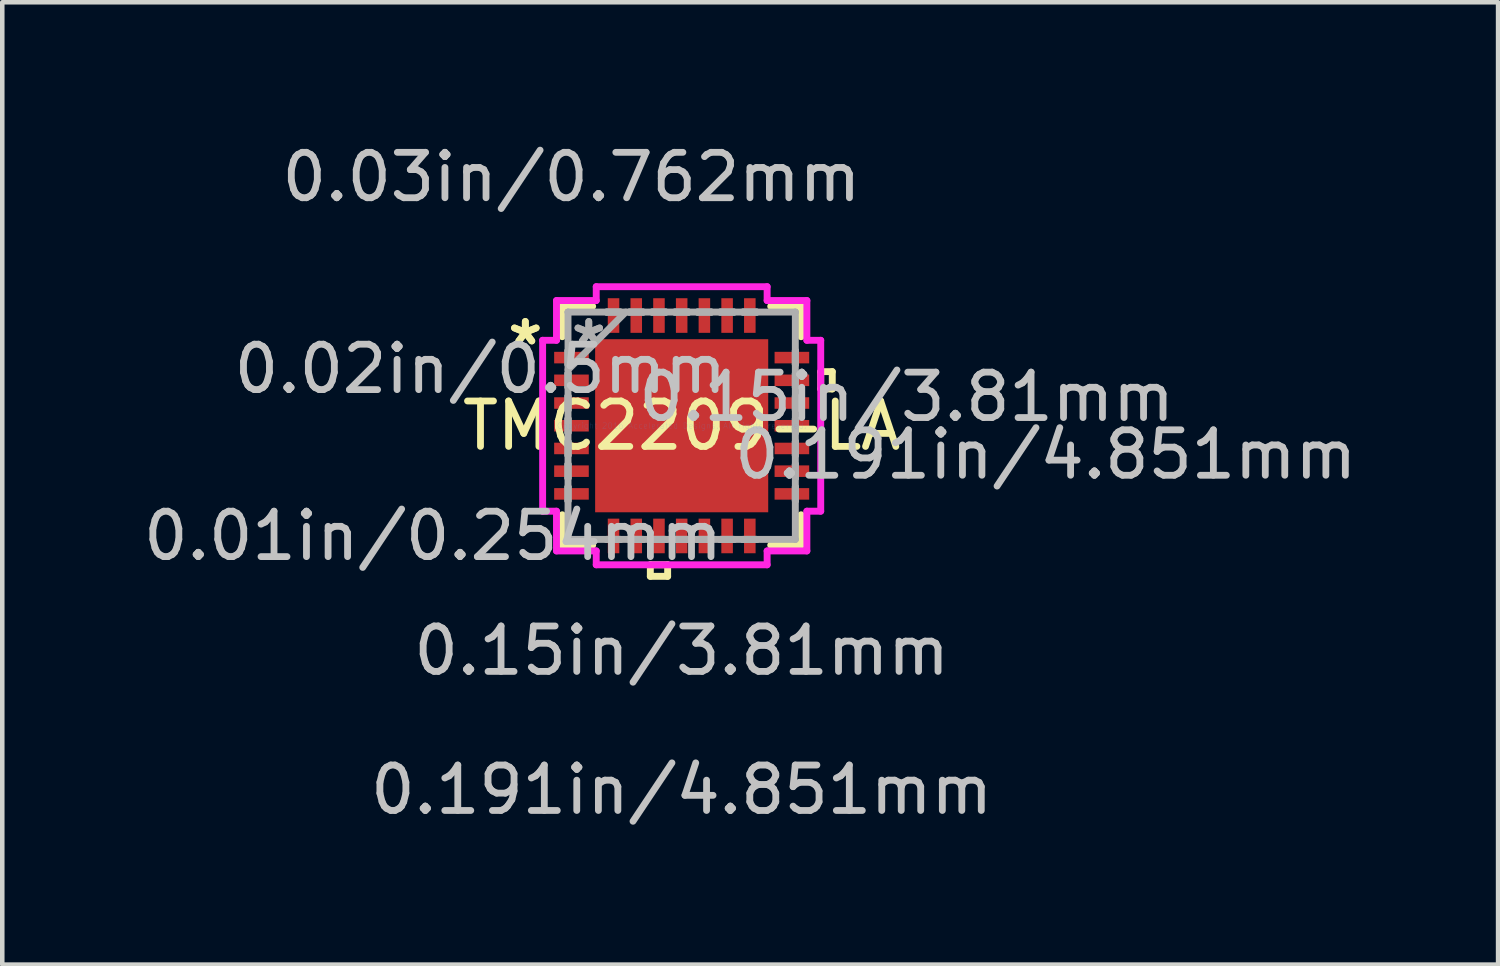
<source format=kicad_pcb>
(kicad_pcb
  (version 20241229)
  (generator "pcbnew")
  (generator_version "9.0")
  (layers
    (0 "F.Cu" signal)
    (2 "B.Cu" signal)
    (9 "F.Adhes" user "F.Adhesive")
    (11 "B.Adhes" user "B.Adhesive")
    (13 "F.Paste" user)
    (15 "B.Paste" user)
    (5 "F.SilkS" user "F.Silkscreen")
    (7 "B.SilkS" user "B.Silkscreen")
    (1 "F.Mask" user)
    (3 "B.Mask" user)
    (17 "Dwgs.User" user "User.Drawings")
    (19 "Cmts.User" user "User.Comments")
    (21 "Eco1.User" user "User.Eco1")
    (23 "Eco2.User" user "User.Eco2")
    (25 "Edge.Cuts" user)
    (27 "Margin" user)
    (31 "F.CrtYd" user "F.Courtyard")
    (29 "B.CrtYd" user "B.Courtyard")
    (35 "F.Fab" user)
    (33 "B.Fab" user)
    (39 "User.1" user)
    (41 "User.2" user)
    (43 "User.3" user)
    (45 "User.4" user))
  (footprint "TMC2209-LA"
    (layer "F.Cu")
    (at 11.956 6.322)
    (property "Reference" "TMC2209-LA" (at 0 0 0) (layer "F.SilkS") (effects (font (size 1 1) (thickness 0.15))))
    (attr through_hole)
    (fp_line (start -2.629 -2.629) (end -2.629 -1.96) (stroke (width 0.152) (type solid)) (layer "F.SilkS"))
    (fp_line (start -2.629 1.96) (end -2.629 2.629) (stroke (width 0.152) (type solid)) (layer "F.SilkS"))
    (fp_line (start -2.629 2.629) (end -1.96 2.629) (stroke (width 0.152) (type solid)) (layer "F.SilkS"))
    (fp_line (start -1.96 -2.629) (end -2.629 -2.629) (stroke (width 0.152) (type solid)) (layer "F.SilkS"))
    (fp_line (start -0.69 3.061) (end -0.69 3.315) (stroke (width 0.152) (type solid)) (layer "F.SilkS"))
    (fp_line (start -0.69 3.315) (end -0.309 3.315) (stroke (width 0.152) (type solid)) (layer "F.SilkS"))
    (fp_line (start -0.309 3.061) (end -0.69 3.061) (stroke (width 0.152) (type solid)) (layer "F.SilkS"))
    (fp_line (start -0.309 3.315) (end -0.309 3.061) (stroke (width 0.152) (type solid)) (layer "F.SilkS"))
    (fp_line (start 1.96 2.629) (end 2.629 2.629) (stroke (width 0.152) (type solid)) (layer "F.SilkS"))
    (fp_line (start 2.629 -2.629) (end 1.96 -2.629) (stroke (width 0.152) (type solid)) (layer "F.SilkS"))
    (fp_line (start 2.629 -1.96) (end 2.629 -2.629) (stroke (width 0.152) (type solid)) (layer "F.SilkS"))
    (fp_line (start 2.629 2.629) (end 2.629 1.96) (stroke (width 0.152) (type solid)) (layer "F.SilkS"))
    (fp_line (start 3.061 -1.191) (end 3.315 -1.191) (stroke (width 0.152) (type solid)) (layer "F.SilkS"))
    (fp_line (start 3.061 -0.81) (end 3.061 -1.191) (stroke (width 0.152) (type solid)) (layer "F.SilkS"))
    (fp_line (start 3.315 -1.191) (end 3.315 -0.81) (stroke (width 0.152) (type solid)) (layer "F.SilkS"))
    (fp_line (start 3.315 -0.81) (end 3.061 -0.81) (stroke (width 0.152) (type solid)) (layer "F.SilkS"))
    (fp_line (start -1.805 -1.805) (end -1.805 -0.735) (stroke (width 0.152) (type solid)) (layer "F.Paste"))
    (fp_line (start -1.805 -0.735) (end -0.735 -0.735) (stroke (width 0.152) (type solid)) (layer "F.Paste"))
    (fp_line (start -1.805 -0.535) (end -1.805 0.535) (stroke (width 0.152) (type solid)) (layer "F.Paste"))
    (fp_line (start -1.805 0.535) (end -0.735 0.535) (stroke (width 0.152) (type solid)) (layer "F.Paste"))
    (fp_line (start -1.805 0.735) (end -1.805 1.805) (stroke (width 0.152) (type solid)) (layer "F.Paste"))
    (fp_line (start -1.805 1.805) (end -0.735 1.805) (stroke (width 0.152) (type solid)) (layer "F.Paste"))
    (fp_line (start -0.735 -1.805) (end -1.805 -1.805) (stroke (width 0.152) (type solid)) (layer "F.Paste"))
    (fp_line (start -0.735 -0.735) (end -0.735 -1.805) (stroke (width 0.152) (type solid)) (layer "F.Paste"))
    (fp_line (start -0.735 -0.535) (end -1.805 -0.535) (stroke (width 0.152) (type solid)) (layer "F.Paste"))
    (fp_line (start -0.735 0.535) (end -0.735 -0.535) (stroke (width 0.152) (type solid)) (layer "F.Paste"))
    (fp_line (start -0.735 0.735) (end -1.805 0.735) (stroke (width 0.152) (type solid)) (layer "F.Paste"))
    (fp_line (start -0.735 1.805) (end -0.735 0.735) (stroke (width 0.152) (type solid)) (layer "F.Paste"))
    (fp_line (start -0.535 -1.805) (end -0.535 -0.735) (stroke (width 0.152) (type solid)) (layer "F.Paste"))
    (fp_line (start -0.535 -0.735) (end 0.535 -0.735) (stroke (width 0.152) (type solid)) (layer "F.Paste"))
    (fp_line (start -0.535 -0.535) (end -0.535 0.535) (stroke (width 0.152) (type solid)) (layer "F.Paste"))
    (fp_line (start -0.535 0.535) (end 0.535 0.535) (stroke (width 0.152) (type solid)) (layer "F.Paste"))
    (fp_line (start -0.535 0.735) (end -0.535 1.805) (stroke (width 0.152) (type solid)) (layer "F.Paste"))
    (fp_line (start -0.535 1.805) (end 0.535 1.805) (stroke (width 0.152) (type solid)) (layer "F.Paste"))
    (fp_line (start 0.535 -1.805) (end -0.535 -1.805) (stroke (width 0.152) (type solid)) (layer "F.Paste"))
    (fp_line (start 0.535 -0.735) (end 0.535 -1.805) (stroke (width 0.152) (type solid)) (layer "F.Paste"))
    (fp_line (start 0.535 -0.535) (end -0.535 -0.535) (stroke (width 0.152) (type solid)) (layer "F.Paste"))
    (fp_line (start 0.535 0.535) (end 0.535 -0.535) (stroke (width 0.152) (type solid)) (layer "F.Paste"))
    (fp_line (start 0.535 0.735) (end -0.535 0.735) (stroke (width 0.152) (type solid)) (layer "F.Paste"))
    (fp_line (start 0.535 1.805) (end 0.535 0.735) (stroke (width 0.152) (type solid)) (layer "F.Paste"))
    (fp_line (start 0.735 -1.805) (end 0.735 -0.735) (stroke (width 0.152) (type solid)) (layer "F.Paste"))
    (fp_line (start 0.735 -0.735) (end 1.805 -0.735) (stroke (width 0.152) (type solid)) (layer "F.Paste"))
    (fp_line (start 0.735 -0.535) (end 0.735 0.535) (stroke (width 0.152) (type solid)) (layer "F.Paste"))
    (fp_line (start 0.735 0.535) (end 1.805 0.535) (stroke (width 0.152) (type solid)) (layer "F.Paste"))
    (fp_line (start 0.735 0.735) (end 0.735 1.805) (stroke (width 0.152) (type solid)) (layer "F.Paste"))
    (fp_line (start 0.735 1.805) (end 1.805 1.805) (stroke (width 0.152) (type solid)) (layer "F.Paste"))
    (fp_line (start 1.805 -1.805) (end 0.735 -1.805) (stroke (width 0.152) (type solid)) (layer "F.Paste"))
    (fp_line (start 1.805 -0.735) (end 1.805 -1.805) (stroke (width 0.152) (type solid)) (layer "F.Paste"))
    (fp_line (start 1.805 -0.535) (end 0.735 -0.535) (stroke (width 0.152) (type solid)) (layer "F.Paste"))
    (fp_line (start 1.805 0.535) (end 1.805 -0.535) (stroke (width 0.152) (type solid)) (layer "F.Paste"))
    (fp_line (start 1.805 0.735) (end 0.735 0.735) (stroke (width 0.152) (type solid)) (layer "F.Paste"))
    (fp_line (start 1.805 1.805) (end 1.805 0.735) (stroke (width 0.152) (type solid)) (layer "F.Paste"))
    (fp_line (start -3.061 -1.881) (end -2.756 -1.881) (stroke (width 0.152) (type solid)) (layer "F.CrtYd"))
    (fp_line (start -3.061 1.881) (end -3.061 -1.881) (stroke (width 0.152) (type solid)) (layer "F.CrtYd"))
    (fp_line (start -2.756 -2.756) (end -1.881 -2.756) (stroke (width 0.152) (type solid)) (layer "F.CrtYd"))
    (fp_line (start -2.756 -1.881) (end -2.756 -2.756) (stroke (width 0.152) (type solid)) (layer "F.CrtYd"))
    (fp_line (start -2.756 1.881) (end -3.061 1.881) (stroke (width 0.152) (type solid)) (layer "F.CrtYd"))
    (fp_line (start -2.756 2.756) (end -2.756 1.881) (stroke (width 0.152) (type solid)) (layer "F.CrtYd"))
    (fp_line (start -1.881 -3.061) (end 1.881 -3.061) (stroke (width 0.152) (type solid)) (layer "F.CrtYd"))
    (fp_line (start -1.881 -2.756) (end -1.881 -3.061) (stroke (width 0.152) (type solid)) (layer "F.CrtYd"))
    (fp_line (start -1.881 2.756) (end -2.756 2.756) (stroke (width 0.152) (type solid)) (layer "F.CrtYd"))
    (fp_line (start -1.881 3.061) (end -1.881 2.756) (stroke (width 0.152) (type solid)) (layer "F.CrtYd"))
    (fp_line (start 1.881 -3.061) (end 1.881 -2.756) (stroke (width 0.152) (type solid)) (layer "F.CrtYd"))
    (fp_line (start 1.881 -2.756) (end 2.756 -2.756) (stroke (width 0.152) (type solid)) (layer "F.CrtYd"))
    (fp_line (start 1.881 2.756) (end 1.881 3.061) (stroke (width 0.152) (type solid)) (layer "F.CrtYd"))
    (fp_line (start 1.881 3.061) (end -1.881 3.061) (stroke (width 0.152) (type solid)) (layer "F.CrtYd"))
    (fp_line (start 2.756 -2.756) (end 2.756 -1.881) (stroke (width 0.152) (type solid)) (layer "F.CrtYd"))
    (fp_line (start 2.756 -1.881) (end 3.061 -1.881) (stroke (width 0.152) (type solid)) (layer "F.CrtYd"))
    (fp_line (start 2.756 1.881) (end 2.756 2.756) (stroke (width 0.152) (type solid)) (layer "F.CrtYd"))
    (fp_line (start 2.756 2.756) (end 1.881 2.756) (stroke (width 0.152) (type solid)) (layer "F.CrtYd"))
    (fp_line (start 3.061 -1.881) (end 3.061 1.881) (stroke (width 0.152) (type solid)) (layer "F.CrtYd"))
    (fp_line (start 3.061 1.881) (end 2.756 1.881) (stroke (width 0.152) (type solid)) (layer "F.CrtYd"))
    (fp_line (start -2.502 -2.502) (end -2.502 -2.502) (stroke (width 0.152) (type solid)) (layer "F.Fab"))
    (fp_line (start -2.502 -2.502) (end -2.502 2.502) (stroke (width 0.152) (type solid)) (layer "F.Fab"))
    (fp_line (start -2.502 -1.652) (end -2.502 -1.652) (stroke (width 0.152) (type solid)) (layer "F.Fab"))
    (fp_line (start -2.502 -1.652) (end -2.502 -1.348) (stroke (width 0.152) (type solid)) (layer "F.Fab"))
    (fp_line (start -2.502 -1.348) (end -2.502 -1.652) (stroke (width 0.152) (type solid)) (layer "F.Fab"))
    (fp_line (start -2.502 -1.348) (end -2.502 -1.348) (stroke (width 0.152) (type solid)) (layer "F.Fab"))
    (fp_line (start -2.502 -1.232) (end -1.232 -2.502) (stroke (width 0.152) (type solid)) (layer "F.Fab"))
    (fp_line (start -2.502 -1.152) (end -2.502 -1.152) (stroke (width 0.152) (type solid)) (layer "F.Fab"))
    (fp_line (start -2.502 -1.152) (end -2.502 -0.848) (stroke (width 0.152) (type solid)) (layer "F.Fab"))
    (fp_line (start -2.502 -0.848) (end -2.502 -1.152) (stroke (width 0.152) (type solid)) (layer "F.Fab"))
    (fp_line (start -2.502 -0.848) (end -2.502 -0.848) (stroke (width 0.152) (type solid)) (layer "F.Fab"))
    (fp_line (start -2.502 -0.652) (end -2.502 -0.652) (stroke (width 0.152) (type solid)) (layer "F.Fab"))
    (fp_line (start -2.502 -0.652) (end -2.502 -0.348) (stroke (width 0.152) (type solid)) (layer "F.Fab"))
    (fp_line (start -2.502 -0.348) (end -2.502 -0.652) (stroke (width 0.152) (type solid)) (layer "F.Fab"))
    (fp_line (start -2.502 -0.348) (end -2.502 -0.348) (stroke (width 0.152) (type solid)) (layer "F.Fab"))
    (fp_line (start -2.502 -0.152) (end -2.502 -0.152) (stroke (width 0.152) (type solid)) (layer "F.Fab"))
    (fp_line (start -2.502 -0.152) (end -2.502 0.152) (stroke (width 0.152) (type solid)) (layer "F.Fab"))
    (fp_line (start -2.502 0.152) (end -2.502 -0.152) (stroke (width 0.152) (type solid)) (layer "F.Fab"))
    (fp_line (start -2.502 0.152) (end -2.502 0.152) (stroke (width 0.152) (type solid)) (layer "F.Fab"))
    (fp_line (start -2.502 0.348) (end -2.502 0.348) (stroke (width 0.152) (type solid)) (layer "F.Fab"))
    (fp_line (start -2.502 0.348) (end -2.502 0.652) (stroke (width 0.152) (type solid)) (layer "F.Fab"))
    (fp_line (start -2.502 0.652) (end -2.502 0.348) (stroke (width 0.152) (type solid)) (layer "F.Fab"))
    (fp_line (start -2.502 0.652) (end -2.502 0.652) (stroke (width 0.152) (type solid)) (layer "F.Fab"))
    (fp_line (start -2.502 0.848) (end -2.502 0.848) (stroke (width 0.152) (type solid)) (layer "F.Fab"))
    (fp_line (start -2.502 0.848) (end -2.502 1.152) (stroke (width 0.152) (type solid)) (layer "F.Fab"))
    (fp_line (start -2.502 1.152) (end -2.502 0.848) (stroke (width 0.152) (type solid)) (layer "F.Fab"))
    (fp_line (start -2.502 1.152) (end -2.502 1.152) (stroke (width 0.152) (type solid)) (layer "F.Fab"))
    (fp_line (start -2.502 1.348) (end -2.502 1.348) (stroke (width 0.152) (type solid)) (layer "F.Fab"))
    (fp_line (start -2.502 1.348) (end -2.502 1.652) (stroke (width 0.152) (type solid)) (layer "F.Fab"))
    (fp_line (start -2.502 1.652) (end -2.502 1.348) (stroke (width 0.152) (type solid)) (layer "F.Fab"))
    (fp_line (start -2.502 1.652) (end -2.502 1.652) (stroke (width 0.152) (type solid)) (layer "F.Fab"))
    (fp_line (start -2.502 2.502) (end -2.502 2.502) (stroke (width 0.152) (type solid)) (layer "F.Fab"))
    (fp_line (start -2.502 2.502) (end 2.502 2.502) (stroke (width 0.152) (type solid)) (layer "F.Fab"))
    (fp_line (start -1.652 -2.502) (end -1.652 -2.502) (stroke (width 0.152) (type solid)) (layer "F.Fab"))
    (fp_line (start -1.652 -2.502) (end -1.348 -2.502) (stroke (width 0.152) (type solid)) (layer "F.Fab"))
    (fp_line (start -1.652 2.502) (end -1.652 2.502) (stroke (width 0.152) (type solid)) (layer "F.Fab"))
    (fp_line (start -1.652 2.502) (end -1.348 2.502) (stroke (width 0.152) (type solid)) (layer "F.Fab"))
    (fp_line (start -1.348 -2.502) (end -1.652 -2.502) (stroke (width 0.152) (type solid)) (layer "F.Fab"))
    (fp_line (start -1.348 -2.502) (end -1.348 -2.502) (stroke (width 0.152) (type solid)) (layer "F.Fab"))
    (fp_line (start -1.348 2.502) (end -1.652 2.502) (stroke (width 0.152) (type solid)) (layer "F.Fab"))
    (fp_line (start -1.348 2.502) (end -1.348 2.502) (stroke (width 0.152) (type solid)) (layer "F.Fab"))
    (fp_line (start -1.152 -2.502) (end -1.152 -2.502) (stroke (width 0.152) (type solid)) (layer "F.Fab"))
    (fp_line (start -1.152 -2.502) (end -0.848 -2.502) (stroke (width 0.152) (type solid)) (layer "F.Fab"))
    (fp_line (start -1.152 2.502) (end -1.152 2.502) (stroke (width 0.152) (type solid)) (layer "F.Fab"))
    (fp_line (start -1.152 2.502) (end -0.848 2.502) (stroke (width 0.152) (type solid)) (layer "F.Fab"))
    (fp_line (start -0.848 -2.502) (end -1.152 -2.502) (stroke (width 0.152) (type solid)) (layer "F.Fab"))
    (fp_line (start -0.848 -2.502) (end -0.848 -2.502) (stroke (width 0.152) (type solid)) (layer "F.Fab"))
    (fp_line (start -0.848 2.502) (end -1.152 2.502) (stroke (width 0.152) (type solid)) (layer "F.Fab"))
    (fp_line (start -0.848 2.502) (end -0.848 2.502) (stroke (width 0.152) (type solid)) (layer "F.Fab"))
    (fp_line (start -0.652 -2.502) (end -0.652 -2.502) (stroke (width 0.152) (type solid)) (layer "F.Fab"))
    (fp_line (start -0.652 -2.502) (end -0.348 -2.502) (stroke (width 0.152) (type solid)) (layer "F.Fab"))
    (fp_line (start -0.652 2.502) (end -0.652 2.502) (stroke (width 0.152) (type solid)) (layer "F.Fab"))
    (fp_line (start -0.652 2.502) (end -0.348 2.502) (stroke (width 0.152) (type solid)) (layer "F.Fab"))
    (fp_line (start -0.348 -2.502) (end -0.652 -2.502) (stroke (width 0.152) (type solid)) (layer "F.Fab"))
    (fp_line (start -0.348 -2.502) (end -0.348 -2.502) (stroke (width 0.152) (type solid)) (layer "F.Fab"))
    (fp_line (start -0.348 2.502) (end -0.652 2.502) (stroke (width 0.152) (type solid)) (layer "F.Fab"))
    (fp_line (start -0.348 2.502) (end -0.348 2.502) (stroke (width 0.152) (type solid)) (layer "F.Fab"))
    (fp_line (start -0.152 -2.502) (end -0.152 -2.502) (stroke (width 0.152) (type solid)) (layer "F.Fab"))
    (fp_line (start -0.152 -2.502) (end 0.152 -2.502) (stroke (width 0.152) (type solid)) (layer "F.Fab"))
    (fp_line (start -0.152 2.502) (end -0.152 2.502) (stroke (width 0.152) (type solid)) (layer "F.Fab"))
    (fp_line (start -0.152 2.502) (end 0.152 2.502) (stroke (width 0.152) (type solid)) (layer "F.Fab"))
    (fp_line (start 0.152 -2.502) (end -0.152 -2.502) (stroke (width 0.152) (type solid)) (layer "F.Fab"))
    (fp_line (start 0.152 -2.502) (end 0.152 -2.502) (stroke (width 0.152) (type solid)) (layer "F.Fab"))
    (fp_line (start 0.152 2.502) (end -0.152 2.502) (stroke (width 0.152) (type solid)) (layer "F.Fab"))
    (fp_line (start 0.152 2.502) (end 0.152 2.502) (stroke (width 0.152) (type solid)) (layer "F.Fab"))
    (fp_line (start 0.348 -2.502) (end 0.348 -2.502) (stroke (width 0.152) (type solid)) (layer "F.Fab"))
    (fp_line (start 0.348 -2.502) (end 0.652 -2.502) (stroke (width 0.152) (type solid)) (layer "F.Fab"))
    (fp_line (start 0.348 2.502) (end 0.348 2.502) (stroke (width 0.152) (type solid)) (layer "F.Fab"))
    (fp_line (start 0.348 2.502) (end 0.652 2.502) (stroke (width 0.152) (type solid)) (layer "F.Fab"))
    (fp_line (start 0.652 -2.502) (end 0.348 -2.502) (stroke (width 0.152) (type solid)) (layer "F.Fab"))
    (fp_line (start 0.652 -2.502) (end 0.652 -2.502) (stroke (width 0.152) (type solid)) (layer "F.Fab"))
    (fp_line (start 0.652 2.502) (end 0.348 2.502) (stroke (width 0.152) (type solid)) (layer "F.Fab"))
    (fp_line (start 0.652 2.502) (end 0.652 2.502) (stroke (width 0.152) (type solid)) (layer "F.Fab"))
    (fp_line (start 0.848 -2.502) (end 0.848 -2.502) (stroke (width 0.152) (type solid)) (layer "F.Fab"))
    (fp_line (start 0.848 -2.502) (end 1.152 -2.502) (stroke (width 0.152) (type solid)) (layer "F.Fab"))
    (fp_line (start 0.848 2.502) (end 0.848 2.502) (stroke (width 0.152) (type solid)) (layer "F.Fab"))
    (fp_line (start 0.848 2.502) (end 1.152 2.502) (stroke (width 0.152) (type solid)) (layer "F.Fab"))
    (fp_line (start 1.152 -2.502) (end 0.848 -2.502) (stroke (width 0.152) (type solid)) (layer "F.Fab"))
    (fp_line (start 1.152 -2.502) (end 1.152 -2.502) (stroke (width 0.152) (type solid)) (layer "F.Fab"))
    (fp_line (start 1.152 2.502) (end 0.848 2.502) (stroke (width 0.152) (type solid)) (layer "F.Fab"))
    (fp_line (start 1.152 2.502) (end 1.152 2.502) (stroke (width 0.152) (type solid)) (layer "F.Fab"))
    (fp_line (start 1.348 -2.502) (end 1.348 -2.502) (stroke (width 0.152) (type solid)) (layer "F.Fab"))
    (fp_line (start 1.348 -2.502) (end 1.652 -2.502) (stroke (width 0.152) (type solid)) (layer "F.Fab"))
    (fp_line (start 1.348 2.502) (end 1.348 2.502) (stroke (width 0.152) (type solid)) (layer "F.Fab"))
    (fp_line (start 1.348 2.502) (end 1.652 2.502) (stroke (width 0.152) (type solid)) (layer "F.Fab"))
    (fp_line (start 1.652 -2.502) (end 1.348 -2.502) (stroke (width 0.152) (type solid)) (layer "F.Fab"))
    (fp_line (start 1.652 -2.502) (end 1.652 -2.502) (stroke (width 0.152) (type solid)) (layer "F.Fab"))
    (fp_line (start 1.652 2.502) (end 1.348 2.502) (stroke (width 0.152) (type solid)) (layer "F.Fab"))
    (fp_line (start 1.652 2.502) (end 1.652 2.502) (stroke (width 0.152) (type solid)) (layer "F.Fab"))
    (fp_line (start 2.502 -2.502) (end -2.502 -2.502) (stroke (width 0.152) (type solid)) (layer "F.Fab"))
    (fp_line (start 2.502 -2.502) (end 2.502 -2.502) (stroke (width 0.152) (type solid)) (layer "F.Fab"))
    (fp_line (start 2.502 -1.652) (end 2.502 -1.652) (stroke (width 0.152) (type solid)) (layer "F.Fab"))
    (fp_line (start 2.502 -1.652) (end 2.502 -1.348) (stroke (width 0.152) (type solid)) (layer "F.Fab"))
    (fp_line (start 2.502 -1.348) (end 2.502 -1.652) (stroke (width 0.152) (type solid)) (layer "F.Fab"))
    (fp_line (start 2.502 -1.348) (end 2.502 -1.348) (stroke (width 0.152) (type solid)) (layer "F.Fab"))
    (fp_line (start 2.502 -1.152) (end 2.502 -1.152) (stroke (width 0.152) (type solid)) (layer "F.Fab"))
    (fp_line (start 2.502 -1.152) (end 2.502 -0.848) (stroke (width 0.152) (type solid)) (layer "F.Fab"))
    (fp_line (start 2.502 -0.848) (end 2.502 -1.152) (stroke (width 0.152) (type solid)) (layer "F.Fab"))
    (fp_line (start 2.502 -0.848) (end 2.502 -0.848) (stroke (width 0.152) (type solid)) (layer "F.Fab"))
    (fp_line (start 2.502 -0.652) (end 2.502 -0.652) (stroke (width 0.152) (type solid)) (layer "F.Fab"))
    (fp_line (start 2.502 -0.652) (end 2.502 -0.348) (stroke (width 0.152) (type solid)) (layer "F.Fab"))
    (fp_line (start 2.502 -0.348) (end 2.502 -0.652) (stroke (width 0.152) (type solid)) (layer "F.Fab"))
    (fp_line (start 2.502 -0.348) (end 2.502 -0.348) (stroke (width 0.152) (type solid)) (layer "F.Fab"))
    (fp_line (start 2.502 -0.152) (end 2.502 -0.152) (stroke (width 0.152) (type solid)) (layer "F.Fab"))
    (fp_line (start 2.502 -0.152) (end 2.502 0.152) (stroke (width 0.152) (type solid)) (layer "F.Fab"))
    (fp_line (start 2.502 0.152) (end 2.502 -0.152) (stroke (width 0.152) (type solid)) (layer "F.Fab"))
    (fp_line (start 2.502 0.152) (end 2.502 0.152) (stroke (width 0.152) (type solid)) (layer "F.Fab"))
    (fp_line (start 2.502 0.348) (end 2.502 0.348) (stroke (width 0.152) (type solid)) (layer "F.Fab"))
    (fp_line (start 2.502 0.348) (end 2.502 0.652) (stroke (width 0.152) (type solid)) (layer "F.Fab"))
    (fp_line (start 2.502 0.652) (end 2.502 0.348) (stroke (width 0.152) (type solid)) (layer "F.Fab"))
    (fp_line (start 2.502 0.652) (end 2.502 0.652) (stroke (width 0.152) (type solid)) (layer "F.Fab"))
    (fp_line (start 2.502 0.848) (end 2.502 0.848) (stroke (width 0.152) (type solid)) (layer "F.Fab"))
    (fp_line (start 2.502 0.848) (end 2.502 1.152) (stroke (width 0.152) (type solid)) (layer "F.Fab"))
    (fp_line (start 2.502 1.152) (end 2.502 0.848) (stroke (width 0.152) (type solid)) (layer "F.Fab"))
    (fp_line (start 2.502 1.152) (end 2.502 1.152) (stroke (width 0.152) (type solid)) (layer "F.Fab"))
    (fp_line (start 2.502 1.348) (end 2.502 1.348) (stroke (width 0.152) (type solid)) (layer "F.Fab"))
    (fp_line (start 2.502 1.348) (end 2.502 1.652) (stroke (width 0.152) (type solid)) (layer "F.Fab"))
    (fp_line (start 2.502 1.652) (end 2.502 1.348) (stroke (width 0.152) (type solid)) (layer "F.Fab"))
    (fp_line (start 2.502 1.652) (end 2.502 1.652) (stroke (width 0.152) (type solid)) (layer "F.Fab"))
    (fp_line (start 2.502 2.502) (end 2.502 -2.502) (stroke (width 0.152) (type solid)) (layer "F.Fab"))
    (fp_line (start 2.502 2.502) (end 2.502 2.502) (stroke (width 0.152) (type solid)) (layer "F.Fab"))
    (fp_text user "*" (at -3.442 -1.75 0) (layer "F.SilkS") (effects (font (size 1 1) (thickness 0.15))))
    (fp_text user "*" (at -3.442 -1.75 0) (layer "F.SilkS") (effects (font (size 1 1) (thickness 0.15))))
    (fp_text user "0.02in/0.5mm" (at -4.432 -1.25 0) (layer "Dwgs.User") (effects (font (size 1 1) (thickness 0.15))))
    (fp_text user "0.15in/3.81mm" (at 4.953 -0.635 0) (layer "Dwgs.User") (effects (font (size 1 1) (thickness 0.15))))
    (fp_text user "0.191in/4.851mm" (at 8.014 0.635 0) (layer "Dwgs.User") (effects (font (size 1 1) (thickness 0.15))))
    (fp_text user "0.03in/0.762mm" (at -2.426 -5.474 0) (layer "Dwgs.User") (effects (font (size 1 1) (thickness 0.15))))
    (fp_text user "0.191in/4.851mm" (at 0 8.014 0) (layer "Dwgs.User") (effects (font (size 1 1) (thickness 0.15))))
    (fp_text user "0.15in/3.81mm" (at 0 4.953 0) (layer "Dwgs.User") (effects (font (size 1 1) (thickness 0.15))))
    (fp_text user "0.01in/0.254mm" (at -5.474 2.426 0) (layer "Dwgs.User") (effects (font (size 1 1) (thickness 0.15))))
    (fp_text user "Copyright 2016 Accelerated Designs. All rights reserved." (at 0 0 0) (layer "Cmts.User") (effects (font (size 0.127 0.127) (thickness 0.002))))
    (fp_text user "*" (at -2.045 -1.75 0) (layer "F.Fab") (effects (font (size 1 1) (thickness 0.15))))
    (fp_text user "*" (at -2.045 -1.75 0) (layer "F.Fab") (effects (font (size 1 1) (thickness 0.15))))
    (pad "1" smd rect (at -2.426 -1.5 90) (size 0.254 0.762) (layers "F.Cu" "F.Mask" "F.Paste"))
    (pad "2" smd rect (at -2.426 -1 90) (size 0.254 0.762) (layers "F.Cu" "F.Mask" "F.Paste"))
    (pad "3" smd rect (at -2.426 -0.5 90) (size 0.254 0.762) (layers "F.Cu" "F.Mask" "F.Paste"))
    (pad "4" smd rect (at -2.426 0 90) (size 0.254 0.762) (layers "F.Cu" "F.Mask" "F.Paste"))
    (pad "5" smd rect (at -2.426 0.5 90) (size 0.254 0.762) (layers "F.Cu" "F.Mask" "F.Paste"))
    (pad "6" smd rect (at -2.426 1 90) (size 0.254 0.762) (layers "F.Cu" "F.Mask" "F.Paste"))
    (pad "7" smd rect (at -2.426 1.5 90) (size 0.254 0.762) (layers "F.Cu" "F.Mask" "F.Paste"))
    (pad "8" smd rect (at -1.5 2.426) (size 0.254 0.762) (layers "F.Cu" "F.Mask" "F.Paste"))
    (pad "9" smd rect (at -1 2.426) (size 0.254 0.762) (layers "F.Cu" "F.Mask" "F.Paste"))
    (pad "10" smd rect (at -0.5 2.426) (size 0.254 0.762) (layers "F.Cu" "F.Mask" "F.Paste"))
    (pad "11" smd rect (at 0 2.426) (size 0.254 0.762) (layers "F.Cu" "F.Mask" "F.Paste"))
    (pad "12" smd rect (at 0.5 2.426) (size 0.254 0.762) (layers "F.Cu" "F.Mask" "F.Paste"))
    (pad "13" smd rect (at 1 2.426) (size 0.254 0.762) (layers "F.Cu" "F.Mask" "F.Paste"))
    (pad "14" smd rect (at 1.5 2.426) (size 0.254 0.762) (layers "F.Cu" "F.Mask" "F.Paste"))
    (pad "15" smd rect (at 2.426 1.5 90) (size 0.254 0.762) (layers "F.Cu" "F.Mask" "F.Paste"))
    (pad "16" smd rect (at 2.426 1 90) (size 0.254 0.762) (layers "F.Cu" "F.Mask" "F.Paste"))
    (pad "17" smd rect (at 2.426 0.5 90) (size 0.254 0.762) (layers "F.Cu" "F.Mask" "F.Paste"))
    (pad "18" smd rect (at 2.426 0 90) (size 0.254 0.762) (layers "F.Cu" "F.Mask" "F.Paste"))
    (pad "19" smd rect (at 2.426 -0.5 90) (size 0.254 0.762) (layers "F.Cu" "F.Mask" "F.Paste"))
    (pad "20" smd rect (at 2.426 -1 90) (size 0.254 0.762) (layers "F.Cu" "F.Mask" "F.Paste"))
    (pad "21" smd rect (at 2.426 -1.5 90) (size 0.254 0.762) (layers "F.Cu" "F.Mask" "F.Paste"))
    (pad "22" smd rect (at 1.5 -2.426) (size 0.254 0.762) (layers "F.Cu" "F.Mask" "F.Paste"))
    (pad "23" smd rect (at 1 -2.426) (size 0.254 0.762) (layers "F.Cu" "F.Mask" "F.Paste"))
    (pad "24" smd rect (at 0.5 -2.426) (size 0.254 0.762) (layers "F.Cu" "F.Mask" "F.Paste"))
    (pad "25" smd rect (at 0 -2.426) (size 0.254 0.762) (layers "F.Cu" "F.Mask" "F.Paste"))
    (pad "26" smd rect (at -0.5 -2.426) (size 0.254 0.762) (layers "F.Cu" "F.Mask" "F.Paste"))
    (pad "27" smd rect (at -1 -2.426) (size 0.254 0.762) (layers "F.Cu" "F.Mask" "F.Paste"))
    (pad "28" smd rect (at -1.5 -2.426) (size 0.254 0.762) (layers "F.Cu" "F.Mask" "F.Paste"))
    (pad "29" smd rect (at 0 0) (size 3.81 3.81) (layers "F.Cu" "F.Mask" "F.Paste")))
  (gr_rect
    (start -3 -3)
    (end 29.928 18.184)
    (stroke (width 0.1) (type default))
    (fill no)
    (layer "Edge.Cuts")))
</source>
